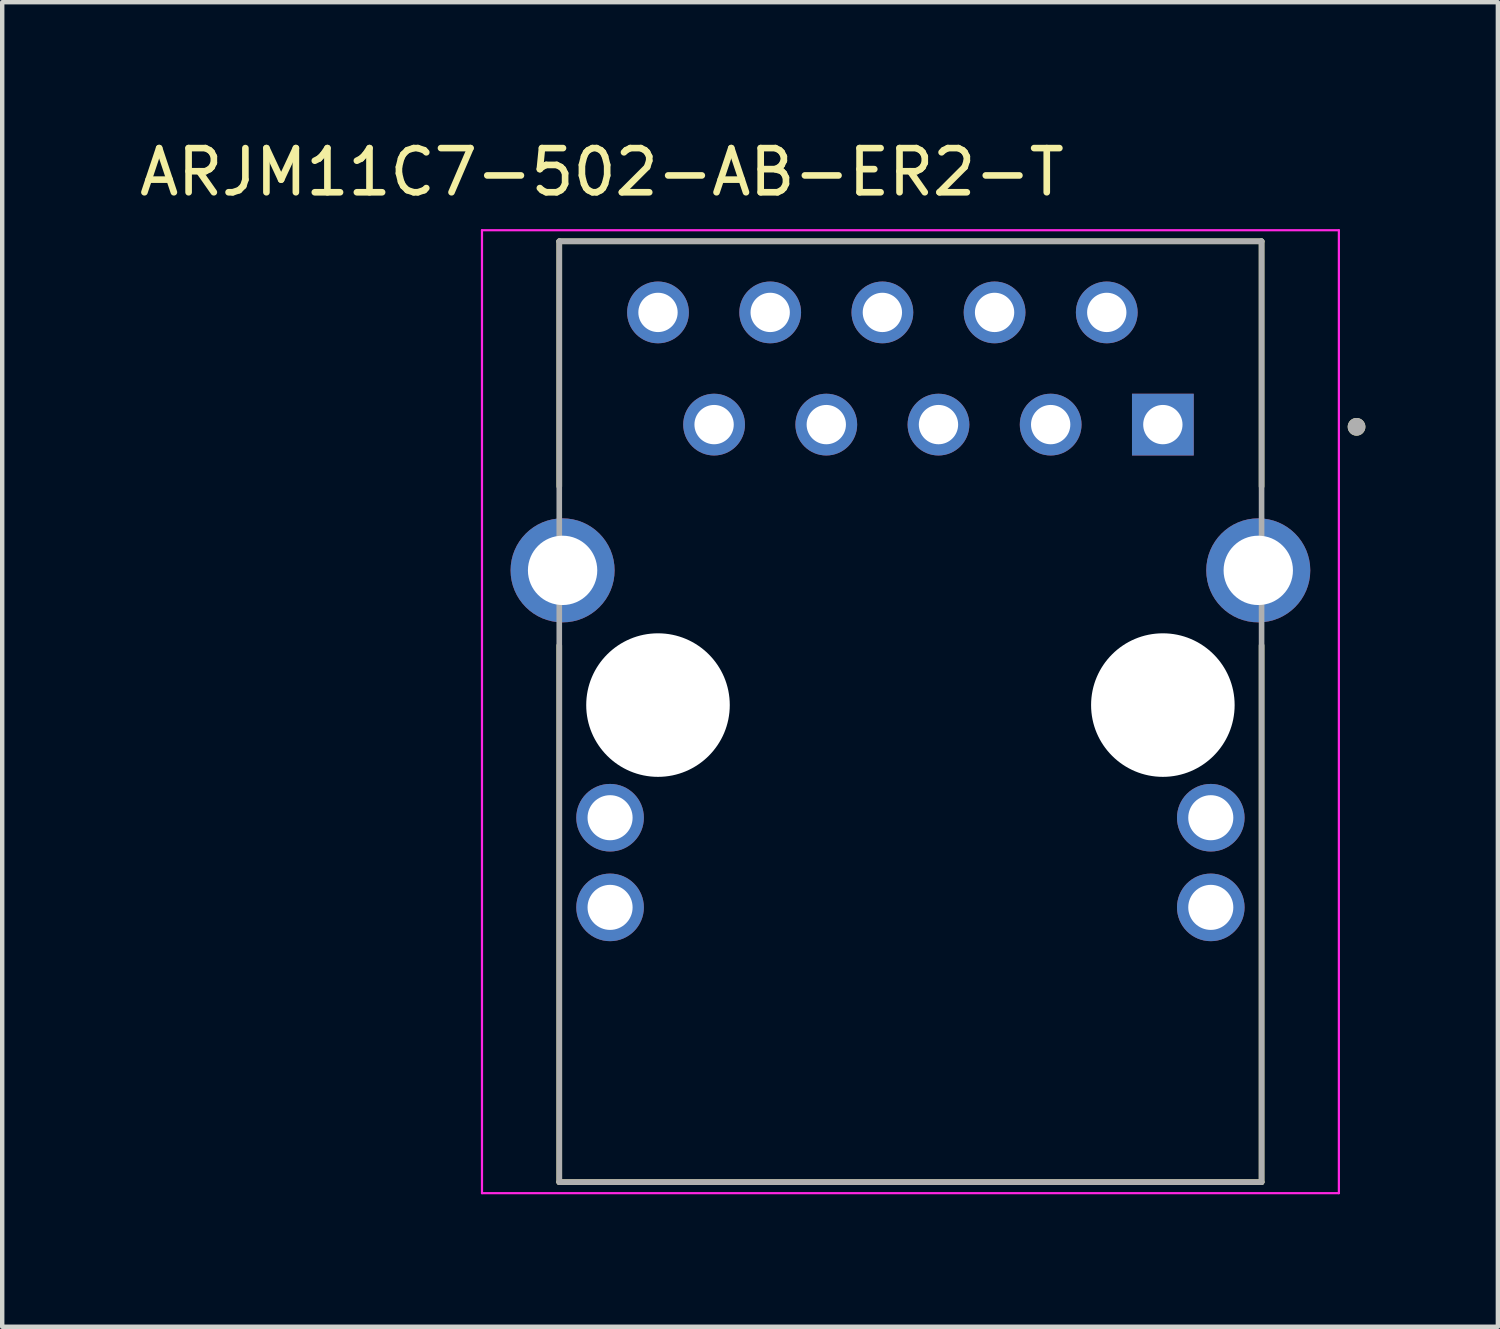
<source format=kicad_pcb>
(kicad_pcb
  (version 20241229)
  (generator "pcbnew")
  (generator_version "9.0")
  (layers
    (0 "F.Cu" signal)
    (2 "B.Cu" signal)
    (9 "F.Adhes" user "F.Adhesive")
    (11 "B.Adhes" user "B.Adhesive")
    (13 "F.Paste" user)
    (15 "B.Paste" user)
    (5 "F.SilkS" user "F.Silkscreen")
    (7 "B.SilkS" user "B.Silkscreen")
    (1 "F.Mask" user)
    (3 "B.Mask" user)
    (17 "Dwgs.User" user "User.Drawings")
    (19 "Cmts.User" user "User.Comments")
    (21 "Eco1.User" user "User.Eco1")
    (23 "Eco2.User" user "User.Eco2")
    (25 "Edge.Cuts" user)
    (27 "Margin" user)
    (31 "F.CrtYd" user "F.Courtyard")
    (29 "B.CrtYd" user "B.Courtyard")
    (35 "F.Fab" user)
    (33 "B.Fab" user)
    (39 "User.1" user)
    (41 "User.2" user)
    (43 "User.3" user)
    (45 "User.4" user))
  (footprint "ARJM11C7-502-AB-ER2-T"
    (layer "F.Cu")
    (at 17.562 12.913)
    (property "Reference" "ARJM11C7-502-AB-ER2-T" (at -6.985 -12.065 0) (layer "F.SilkS") (effects (font (size 1 1) (thickness 0.15))))
    (attr through_hole)
    (fp_line (start -7.95 -10.5) (end -7.95 -4.95) (stroke (width 0.127) (type solid)) (layer "F.SilkS"))
    (fp_line (start -7.95 -1.35) (end -7.95 10.8) (stroke (width 0.127) (type solid)) (layer "F.SilkS"))
    (fp_line (start -7.95 10.8) (end 7.95 10.8) (stroke (width 0.127) (type solid)) (layer "F.SilkS"))
    (fp_line (start 7.95 -10.5) (end -7.95 -10.5) (stroke (width 0.127) (type solid)) (layer "F.SilkS"))
    (fp_line (start 7.95 -4.95) (end 7.95 -10.5) (stroke (width 0.127) (type solid)) (layer "F.SilkS"))
    (fp_line (start 7.95 10.8) (end 7.95 -1.35) (stroke (width 0.127) (type solid)) (layer "F.SilkS"))
    (fp_circle (center 10.1 -6.3) (end 10.2 -6.3) (stroke (width 0.2) (type solid)) (fill no) (layer "F.SilkS"))
    (fp_line (start -9.7 -10.75) (end 9.7 -10.75) (stroke (width 0.05) (type solid)) (layer "F.CrtYd"))
    (fp_line (start -9.7 11.05) (end -9.7 -10.75) (stroke (width 0.05) (type solid)) (layer "F.CrtYd"))
    (fp_line (start 9.7 -10.75) (end 9.7 11.05) (stroke (width 0.05) (type solid)) (layer "F.CrtYd"))
    (fp_line (start 9.7 11.05) (end -9.7 11.05) (stroke (width 0.05) (type solid)) (layer "F.CrtYd"))
    (fp_line (start -7.95 -10.5) (end -7.95 10.8) (stroke (width 0.127) (type solid)) (layer "F.Fab"))
    (fp_line (start -7.95 10.8) (end 7.95 10.8) (stroke (width 0.127) (type solid)) (layer "F.Fab"))
    (fp_line (start 7.95 -10.5) (end -7.95 -10.5) (stroke (width 0.127) (type solid)) (layer "F.Fab"))
    (fp_line (start 7.95 10.8) (end 7.95 -10.5) (stroke (width 0.127) (type solid)) (layer "F.Fab"))
    (fp_circle (center 10.1 -6.3) (end 10.2 -6.3) (stroke (width 0.2) (type solid)) (fill no) (layer "F.Fab"))
    (pad "" np_thru_hole circle (at -5.715 0) (size 3.25 3.25) (drill 3.25) (layers "*.Cu" "*.Mask"))
    (pad "" np_thru_hole circle (at 5.715 0) (size 3.25 3.25) (drill 3.25) (layers "*.Cu" "*.Mask"))
    (pad "1" thru_hole rect (at 5.715 -6.35) (size 1.398 1.398) (drill 0.89) (layers "*.Cu" "*.Mask"))
    (pad "2" thru_hole circle (at 4.445 -8.89) (size 1.398 1.398) (drill 0.89) (layers "*.Cu" "*.Mask"))
    (pad "3" thru_hole circle (at 3.175 -6.35) (size 1.398 1.398) (drill 0.89) (layers "*.Cu" "*.Mask"))
    (pad "4" thru_hole circle (at 1.905 -8.89) (size 1.398 1.398) (drill 0.89) (layers "*.Cu" "*.Mask"))
    (pad "5" thru_hole circle (at 0.635 -6.35) (size 1.398 1.398) (drill 0.89) (layers "*.Cu" "*.Mask"))
    (pad "6" thru_hole circle (at -0.635 -8.89) (size 1.398 1.398) (drill 0.89) (layers "*.Cu" "*.Mask"))
    (pad "7" thru_hole circle (at -1.905 -6.35) (size 1.398 1.398) (drill 0.89) (layers "*.Cu" "*.Mask"))
    (pad "8" thru_hole circle (at -3.175 -8.89) (size 1.398 1.398) (drill 0.89) (layers "*.Cu" "*.Mask"))
    (pad "9" thru_hole circle (at -4.445 -6.35) (size 1.398 1.398) (drill 0.89) (layers "*.Cu" "*.Mask"))
    (pad "10" thru_hole circle (at -5.715 -8.89) (size 1.398 1.398) (drill 0.89) (layers "*.Cu" "*.Mask"))
    (pad "L1" thru_hole circle (at -6.8 2.55) (size 1.53 1.53) (drill 1.02) (layers "*.Cu" "*.Mask"))
    (pad "L2" thru_hole circle (at -6.8 4.58) (size 1.53 1.53) (drill 1.02) (layers "*.Cu" "*.Mask"))
    (pad "L3" thru_hole circle (at 6.8 2.55) (size 1.53 1.53) (drill 1.02) (layers "*.Cu" "*.Mask"))
    (pad "L4" thru_hole circle (at 6.8 4.58) (size 1.53 1.53) (drill 1.02) (layers "*.Cu" "*.Mask"))
    (pad "S1" thru_hole circle (at -7.875 -3.05) (size 2.355 2.355) (drill 1.57) (layers "*.Cu" "*.Mask"))
    (pad "S2" thru_hole circle (at 7.875 -3.05) (size 2.355 2.355) (drill 1.57) (layers "*.Cu" "*.Mask")))
  (gr_rect
    (start -3 -3)
    (end 30.862 26.988)
    (stroke (width 0.1) (type default))
    (fill no)
    (layer "Edge.Cuts")))
</source>
